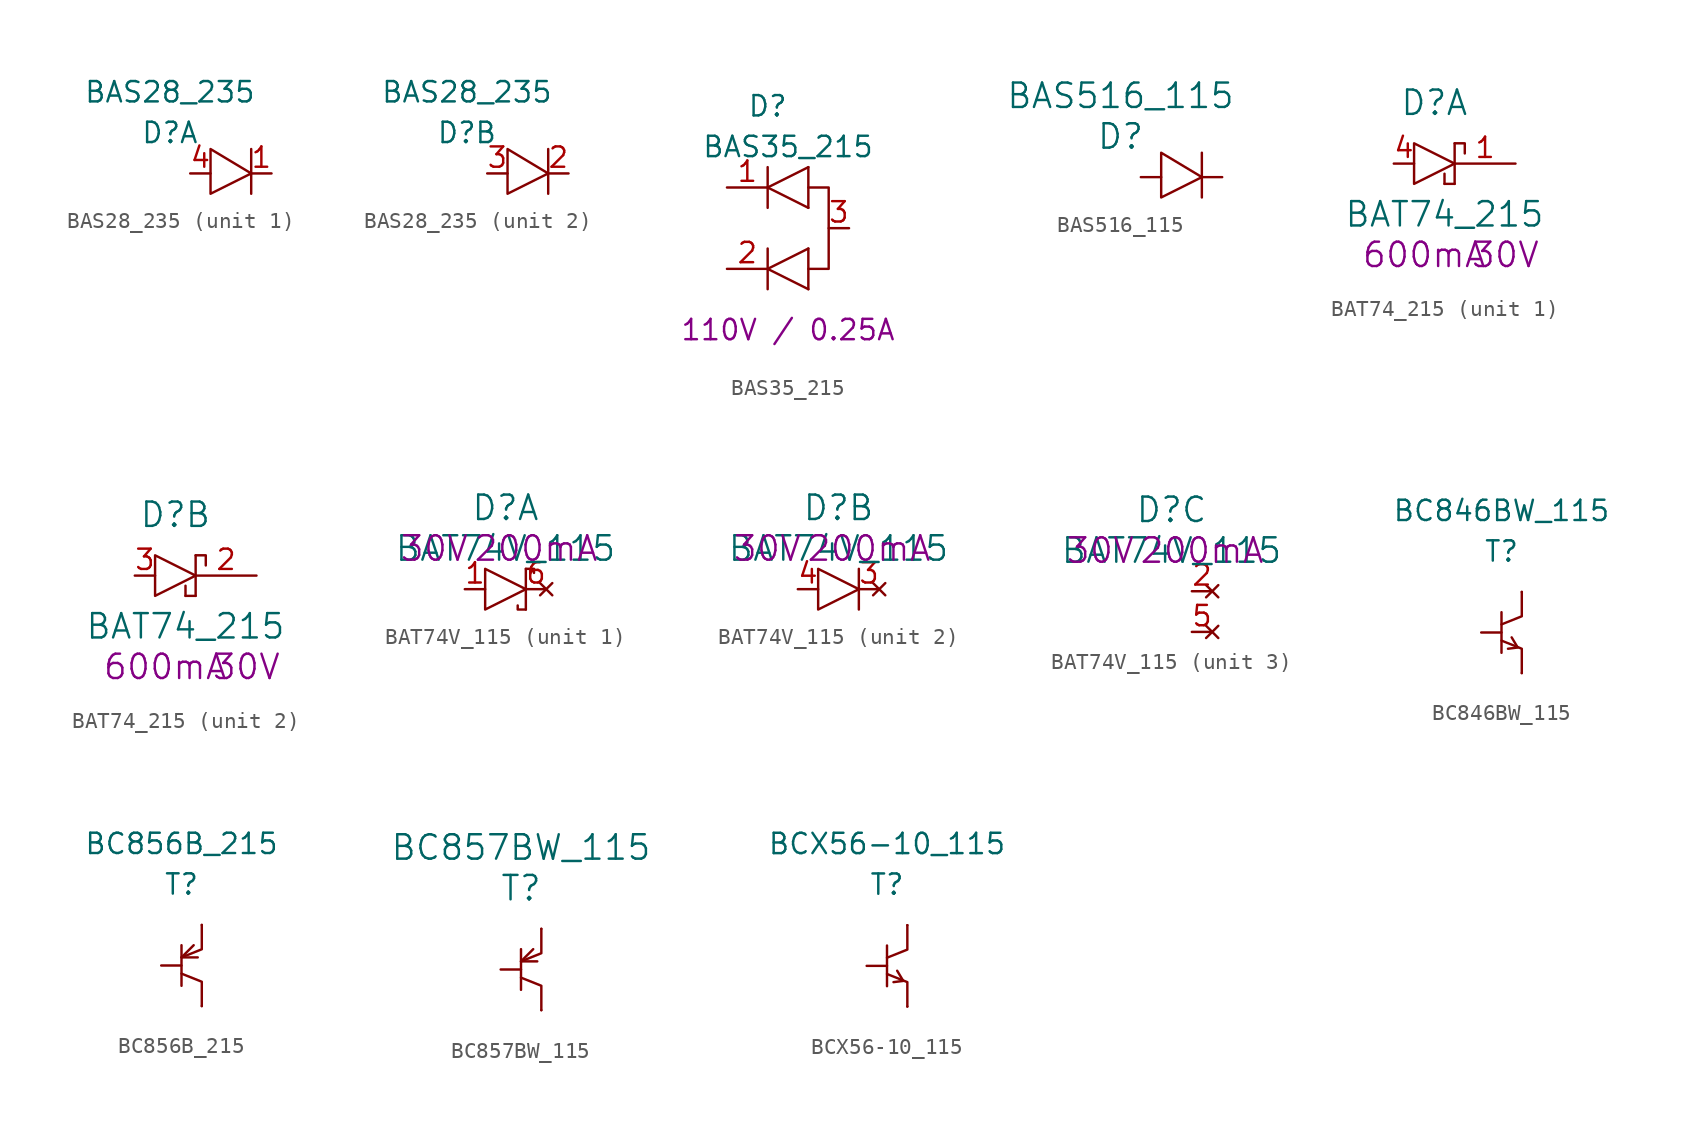
<source format=kicad_sym>
(kicad_symbol_lib
  (version 20220914)
  (generator kicad_symbol_editor)
  (symbol "BAS28_235"
    (pin_names
      (offset 1.016) hide)
    (property "Reference" "D"
      (at -1.27 5.08 0)
      (effects (font (size 1.27 1.27))))
    (property "Value" "BAS28_235"
      (at -1.27 7.62 0)
      (effects (font (size 1.27 1.27))))
    (property "ki_locked" ""
      (at 0 0 0)
      (effects (font (size 1.27 1.27))))
    (symbol "BAS28_235_0_1"
      (polyline (pts (xy 3.81 1.27) (xy 3.81 4.064)) (stroke (width 0) (type solid)) (fill (type none)))
      (polyline (pts (xy 1.27 2.54) (xy 1.27 4.064) (xy 3.81 2.54) (xy 1.27 1.27) (xy 1.27 2.54)) (stroke (width 0) (type solid)) (fill (type none))))
    (symbol "BAS28_235_1_1"
      (pin passive line (at 5.08 2.54 180) (length 1.27) (name "1C" (effects (font (size 1.27 1.27)))) (number "1" (effects (font (size 1.27 1.27)))))
      (pin passive line (at 0 2.54 0) (length 1.27) (name "1A" (effects (font (size 1.27 1.27)))) (number "4" (effects (font (size 1.27 1.27))))))
    (symbol "BAS28_235_2_1"
      (pin passive line (at 5.08 2.54 180) (length 1.27) (name "2C" (effects (font (size 1.27 1.27)))) (number "2" (effects (font (size 1.27 1.27)))))
      (pin passive line (at 0 2.54 0) (length 1.27) (name "2A" (effects (font (size 1.27 1.27)))) (number "3" (effects (font (size 1.27 1.27)))))))
  (symbol "BAS35_215"
    (pin_names
      (offset 1.016) hide)
    (property "Reference" "D"
      (at 0 12.7 0)
      (effects (font (size 1.27 1.27))))
    (property "Value" "BAS35_215"
      (at 1.27 10.16 0)
      (effects (font (size 1.27 1.27))))
    (property "Rating" "110V / 0.25A"
      (at 1.27 -1.27 0)
      (effects (font (size 1.27 1.27))))
    (symbol "BAS35_215_0_1"
      (polyline (pts (xy 0 1.27) (xy 0 3.81)) (stroke (width 0) (type solid)) (fill (type none)))
      (polyline (pts (xy 0 8.89) (xy 0 6.35)) (stroke (width 0) (type solid)) (fill (type none)))
      (polyline (pts (xy 2.54 1.27) (xy 0 2.54)) (stroke (width 0) (type solid)) (fill (type none)))
      (polyline (pts (xy 2.54 3.81) (xy 0 2.54)) (stroke (width 0) (type solid)) (fill (type none)))
      (polyline (pts (xy 2.54 3.81) (xy 2.54 1.27)) (stroke (width 0) (type solid)) (fill (type none)))
      (polyline (pts (xy 2.54 6.35) (xy 0 7.62)) (stroke (width 0) (type solid)) (fill (type none)))
      (polyline (pts (xy 2.54 8.89) (xy 0 7.62)) (stroke (width 0) (type solid)) (fill (type none)))
      (polyline (pts (xy 2.54 8.89) (xy 2.54 6.35)) (stroke (width 0) (type solid)) (fill (type none)))
      (polyline (pts (xy 2.54 7.62) (xy 3.81 7.62) (xy 3.81 2.54) (xy 2.54 2.54)) (stroke (width 0) (type solid)) (fill (type none))))
    (symbol "BAS35_215_1_1"
      (pin passive line (at -2.54 7.62 0) (length 2.54) (name "A" (effects (font (size 1.27 1.27)))) (number "1" (effects (font (size 1.27 1.27)))))
      (pin passive line (at -2.54 2.54 0) (length 2.54) (name "C2" (effects (font (size 1.27 1.27)))) (number "2" (effects (font (size 1.27 1.27)))))
      (pin passive line (at 5.08 5.08 180) (length 1.27) (name "C" (effects (font (size 1.27 1.27)))) (number "3" (effects (font (size 1.27 1.27)))))))
  (symbol "BAS516_115"
    (pin_numbers hide)
    (pin_names
      (offset 1.016) hide)
    (property "Reference" "D"
      (at -1.27 5.08 0)
      (effects (font (size 1.524 1.524))))
    (property "Value" "BAS516_115"
      (at -1.27 7.62 0)
      (effects (font (size 1.524 1.524))))
    (symbol "BAS516_115_0_1"
      (polyline (pts (xy 3.81 1.27) (xy 3.81 4.064)) (stroke (width 0) (type solid)) (fill (type none)))
      (polyline (pts (xy 1.27 2.54) (xy 1.27 4.064) (xy 3.81 2.54) (xy 1.27 1.27) (xy 1.27 2.54)) (stroke (width 0) (type solid)) (fill (type none))))
    (symbol "BAS516_115_1_1"
      (pin passive line (at 0 2.54 0) (length 1.27) (name "A" (effects (font (size 1.27 1.27)))) (number "A" (effects (font (size 1.27 1.27)))))
      (pin passive line (at 5.08 2.54 180) (length 1.27) (name "C" (effects (font (size 1.27 1.27)))) (number "C" (effects (font (size 1.27 1.27)))))))
  (symbol "BAT74_215"
    (pin_names
      (offset 1.016) hide)
    (property "Reference" "D"
      (at 0 3.81 0)
      (effects (font (size 1.524 1.524))))
    (property "Value" "BAT74_215"
      (at 0.635 -3.175 0)
      (effects (font (size 1.524 1.524))))
    (property "Voltage" "30V"
      (at 4.445 -5.715 0)
      (effects (font (size 1.524 1.524))))
    (property "Amps" "600mA"
      (at -0.635 -5.715 0)
      (effects (font (size 1.524 1.524))))
    (property "ki_locked" ""
      (at 0 0 0)
      (effects (font (size 1.27 1.27))))
    (symbol "BAT74_215_1_1"
      (polyline (pts (xy 0.635 -1.27) (xy 1.27 -1.27)) (stroke (width 0) (type solid)) (fill (type none)))
      (polyline (pts (xy 0.635 -0.635) (xy 0.635 -1.27)) (stroke (width 0) (type solid)) (fill (type none)))
      (polyline (pts (xy 1.27 1.27) (xy 1.27 -1.27)) (stroke (width 0) (type solid)) (fill (type none)))
      (polyline (pts (xy 1.905 0.635) (xy 1.905 1.27) (xy 1.27 1.27)) (stroke (width 0) (type solid)) (fill (type none)))
      (polyline (pts (xy -1.27 1.27) (xy -1.27 -1.27) (xy 1.27 0) (xy -1.27 1.27)) (stroke (width 0) (type solid)) (fill (type none)))
      (pin passive line (at 5.08 0 180) (length 3.81) (name "C1" (effects (font (size 1.27 1.27)))) (number "1" (effects (font (size 1.27 1.27)))))
      (pin passive line (at -2.54 0 0) (length 1.27) (name "A1" (effects (font (size 1.27 1.27)))) (number "4" (effects (font (size 1.27 1.27))))))
    (symbol "BAT74_215_2_1"
      (polyline (pts (xy 0.635 -1.27) (xy 1.27 -1.27)) (stroke (width 0) (type solid)) (fill (type none)))
      (polyline (pts (xy 0.635 -0.635) (xy 0.635 -1.27)) (stroke (width 0) (type solid)) (fill (type none)))
      (polyline (pts (xy 1.27 1.27) (xy 1.27 -1.27)) (stroke (width 0) (type solid)) (fill (type none)))
      (polyline (pts (xy 1.905 0.635) (xy 1.905 1.27) (xy 1.27 1.27)) (stroke (width 0) (type solid)) (fill (type none)))
      (polyline (pts (xy -1.27 1.27) (xy -1.27 -1.27) (xy 1.27 0) (xy -1.27 1.27)) (stroke (width 0) (type solid)) (fill (type none)))
      (pin passive line (at 5.08 0 180) (length 3.81) (name "C2" (effects (font (size 1.27 1.27)))) (number "2" (effects (font (size 1.27 1.27)))))
      (pin passive line (at -2.54 0 0) (length 1.27) (name "A2" (effects (font (size 1.27 1.27)))) (number "3" (effects (font (size 1.27 1.27)))))))
  (symbol "BAT74V_115"
    (pin_names
      (offset 1.016) hide)
    (property "Reference" "D"
      (at 0 5.08 0)
      (effects (font (size 1.524 1.524))))
    (property "Value" "BAT74V_115"
      (at 0 2.54 0)
      (effects (font (size 1.524 1.524))))
    (property "Voltage" "30V"
      (at -4.445 2.54 0)
      (effects (font (size 1.524 1.524))))
    (property "Amps" "200mA"
      (at 1.905 2.54 0)
      (effects (font (size 1.524 1.524))))
    (property "ki_locked" ""
      (at 0 0 0)
      (effects (font (size 1.27 1.27))))
    (symbol "BAT74V_115_1_1"
      (polyline (pts (xy 1.27 1.27) (xy 1.27 -1.27)) (stroke (width 0) (type solid)) (fill (type none)))
      (polyline (pts (xy 0.762 -1.016) (xy 0.762 -1.27) (xy 1.27 -1.27)) (stroke (width 0) (type solid)) (fill (type none)))
      (polyline (pts (xy 1.27 1.27) (xy 1.778 1.27) (xy 1.778 1.016)) (stroke (width 0) (type solid)) (fill (type none)))
      (polyline (pts (xy -1.27 1.27) (xy -1.27 -1.27) (xy 1.27 0) (xy -1.27 1.27)) (stroke (width 0) (type solid)) (fill (type none)))
      (pin passive line (at -2.54 0 0) (length 1.27) (name "A" (effects (font (size 1.27 1.27)))) (number "1" (effects (font (size 1.27 1.27)))))
      (pin no_connect line (at 2.54 0 180) (length 1.27) (name "K" (effects (font (size 1.27 1.27)))) (number "6" (effects (font (size 1.27 1.27))))))
    (symbol "BAT74V_115_2_1"
      (polyline (pts (xy 1.27 1.27) (xy 1.27 -1.27)) (stroke (width 0) (type solid)) (fill (type none)))
      (polyline (pts (xy -1.27 1.27) (xy -1.27 -1.27) (xy 1.27 0) (xy -1.27 1.27)) (stroke (width 0) (type solid)) (fill (type none)))
      (pin no_connect line (at 2.54 0 180) (length 1.27) (name "K" (effects (font (size 1.27 1.27)))) (number "3" (effects (font (size 1.27 1.27)))))
      (pin passive line (at -2.54 0 0) (length 1.27) (name "A" (effects (font (size 1.27 1.27)))) (number "4" (effects (font (size 1.27 1.27))))))
    (symbol "BAT74V_115_3_1"
      (pin no_connect line (at 2.54 0 180) (length 1.27) (name "K" (effects (font (size 1.27 1.27)))) (number "2" (effects (font (size 1.27 1.27)))))
      (pin no_connect line (at 2.54 -2.54 180) (length 1.27) (name "NC" (effects (font (size 1.27 1.27)))) (number "5" (effects (font (size 1.27 1.27)))))))
  (symbol "BC846BW_115"
    (pin_numbers hide)
    (pin_names
      (offset 1.016) hide)
    (property "Reference" "T"
      (at -1.27 5.08 0)
      (effects (font (size 1.27 1.27))))
    (property "Value" "BC846BW_115"
      (at -1.27 7.62 0)
      (effects (font (size 1.27 1.27))))
    (symbol "BC846BW_115_0_1"
      (polyline (pts (xy -1.27 1.27) (xy -1.27 -1.27)) (stroke (width 0) (type solid)) (fill (type none)))
      (polyline (pts (xy -1.27 -0.508) (xy 0 -1.016) (xy 0 -2.54)) (stroke (width 0) (type solid)) (fill (type none)))
      (polyline (pts (xy -0.635 -0.305) (xy -0.254 -0.94) (xy -0.864 -1.016)) (stroke (width 0) (type solid)) (fill (type none)))
      (polyline (pts (xy 0 2.54) (xy 0 1.016) (xy -1.27 0.508)) (stroke (width 0) (type solid)) (fill (type none))))
    (symbol "BC846BW_115_1_1"
      (pin input line (at -2.54 0 0) (length 1.27) (name "B" (effects (font (size 1.27 1.27)))) (number "1" (effects (font (size 1.27 1.27)))))
      (pin passive line (at 0 -2.54 0) (length 0) (name "E" (effects (font (size 1.27 1.27)))) (number "2" (effects (font (size 1.27 1.27)))))
      (pin passive line (at 0 2.54 0) (length 0) (name "C" (effects (font (size 1.27 1.27)))) (number "3" (effects (font (size 1.27 1.27)))))))
  (symbol "BC856B_215"
    (pin_numbers hide)
    (pin_names
      (offset 1.016) hide)
    (property "Reference" "T"
      (at -1.27 5.08 0)
      (effects (font (size 1.27 1.27))))
    (property "Value" "BC856B_215"
      (at -1.27 7.62 0)
      (effects (font (size 1.27 1.27))))
    (symbol "BC856B_215_0_1"
      (polyline (pts (xy -1.27 1.27) (xy -1.27 -1.27)) (stroke (width 0) (type solid)) (fill (type none)))
      (polyline (pts (xy -1.27 -0.508) (xy 0 -1.016) (xy 0 -2.54)) (stroke (width 0) (type solid)) (fill (type none)))
      (polyline (pts (xy -0.508 1.27) (xy -1.27 0.508) (xy -0.254 0.508)) (stroke (width 0) (type solid)) (fill (type none)))
      (polyline (pts (xy 0 2.54) (xy 0 1.016) (xy -1.27 0.508)) (stroke (width 0) (type solid)) (fill (type none))))
    (symbol "BC856B_215_1_1"
      (pin input line (at -2.54 0 0) (length 1.27) (name "B" (effects (font (size 1.27 1.27)))) (number "1" (effects (font (size 1.27 1.27)))))
      (pin passive line (at 0 2.54 0) (length 0) (name "E" (effects (font (size 1.27 1.27)))) (number "2" (effects (font (size 1.27 1.27)))))
      (pin passive line (at 0 -2.54 0) (length 0) (name "C" (effects (font (size 1.27 1.27)))) (number "3" (effects (font (size 1.27 1.27)))))))
  (symbol "BC857BW_115"
    (pin_numbers hide)
    (pin_names
      (offset 1.016) hide)
    (property "Reference" "T"
      (at -1.27 5.08 0)
      (effects (font (size 1.524 1.524))))
    (property "Value" "BC857BW_115"
      (at -1.27 7.62 0)
      (effects (font (size 1.524 1.524))))
    (symbol "BC857BW_115_0_1"
      (polyline (pts (xy -1.27 1.27) (xy -1.27 -1.27)) (stroke (width 0) (type solid)) (fill (type none)))
      (polyline (pts (xy -1.27 -0.508) (xy 0 -1.016) (xy 0 -2.54)) (stroke (width 0) (type solid)) (fill (type none)))
      (polyline (pts (xy -0.508 1.27) (xy -1.27 0.508) (xy -0.254 0.508)) (stroke (width 0) (type solid)) (fill (type none)))
      (polyline (pts (xy 0 2.54) (xy 0 1.016) (xy -1.27 0.508)) (stroke (width 0) (type solid)) (fill (type none))))
    (symbol "BC857BW_115_1_1"
      (pin input line (at -2.54 0 0) (length 1.27) (name "B" (effects (font (size 1.27 1.27)))) (number "1" (effects (font (size 1.27 1.27)))))
      (pin passive line (at 0 2.54 0) (length 0) (name "E" (effects (font (size 1.27 1.27)))) (number "2" (effects (font (size 1.27 1.27)))))
      (pin passive line (at 0 -2.54 0) (length 0) (name "C" (effects (font (size 1.27 1.27)))) (number "3" (effects (font (size 1.27 1.27)))))))
  (symbol "BCX56-10_115"
    (pin_numbers hide)
    (pin_names
      (offset 1.016) hide)
    (property "Reference" "T"
      (at -1.27 5.08 0)
      (effects (font (size 1.27 1.27))))
    (property "Value" "BCX56-10_115"
      (at -1.27 7.62 0)
      (effects (font (size 1.27 1.27))))
    (symbol "BCX56-10_115_0_1"
      (polyline (pts (xy -1.27 1.27) (xy -1.27 -1.27)) (stroke (width 0) (type solid)) (fill (type none)))
      (polyline (pts (xy -1.27 -0.508) (xy 0 -1.016) (xy 0 -2.54)) (stroke (width 0) (type solid)) (fill (type none)))
      (polyline (pts (xy -0.635 -0.305) (xy -0.254 -0.94) (xy -0.864 -1.016)) (stroke (width 0) (type solid)) (fill (type none)))
      (polyline (pts (xy 0 2.54) (xy 0 1.016) (xy -1.27 0.508)) (stroke (width 0) (type solid)) (fill (type none))))
    (symbol "BCX56-10_115_1_1"
      (pin passive line (at 0 -2.54 0) (length 0) (name "E" (effects (font (size 1.27 1.27)))) (number "1" (effects (font (size 1.27 1.27)))))
      (pin passive line (at 0 2.54 0) (length 0) (name "C" (effects (font (size 1.27 1.27)))) (number "2" (effects (font (size 1.27 1.27)))))
      (pin input line (at -2.54 0 0) (length 1.27) (name "B" (effects (font (size 1.27 1.27)))) (number "3" (effects (font (size 1.27 1.27))))))))
</source>
